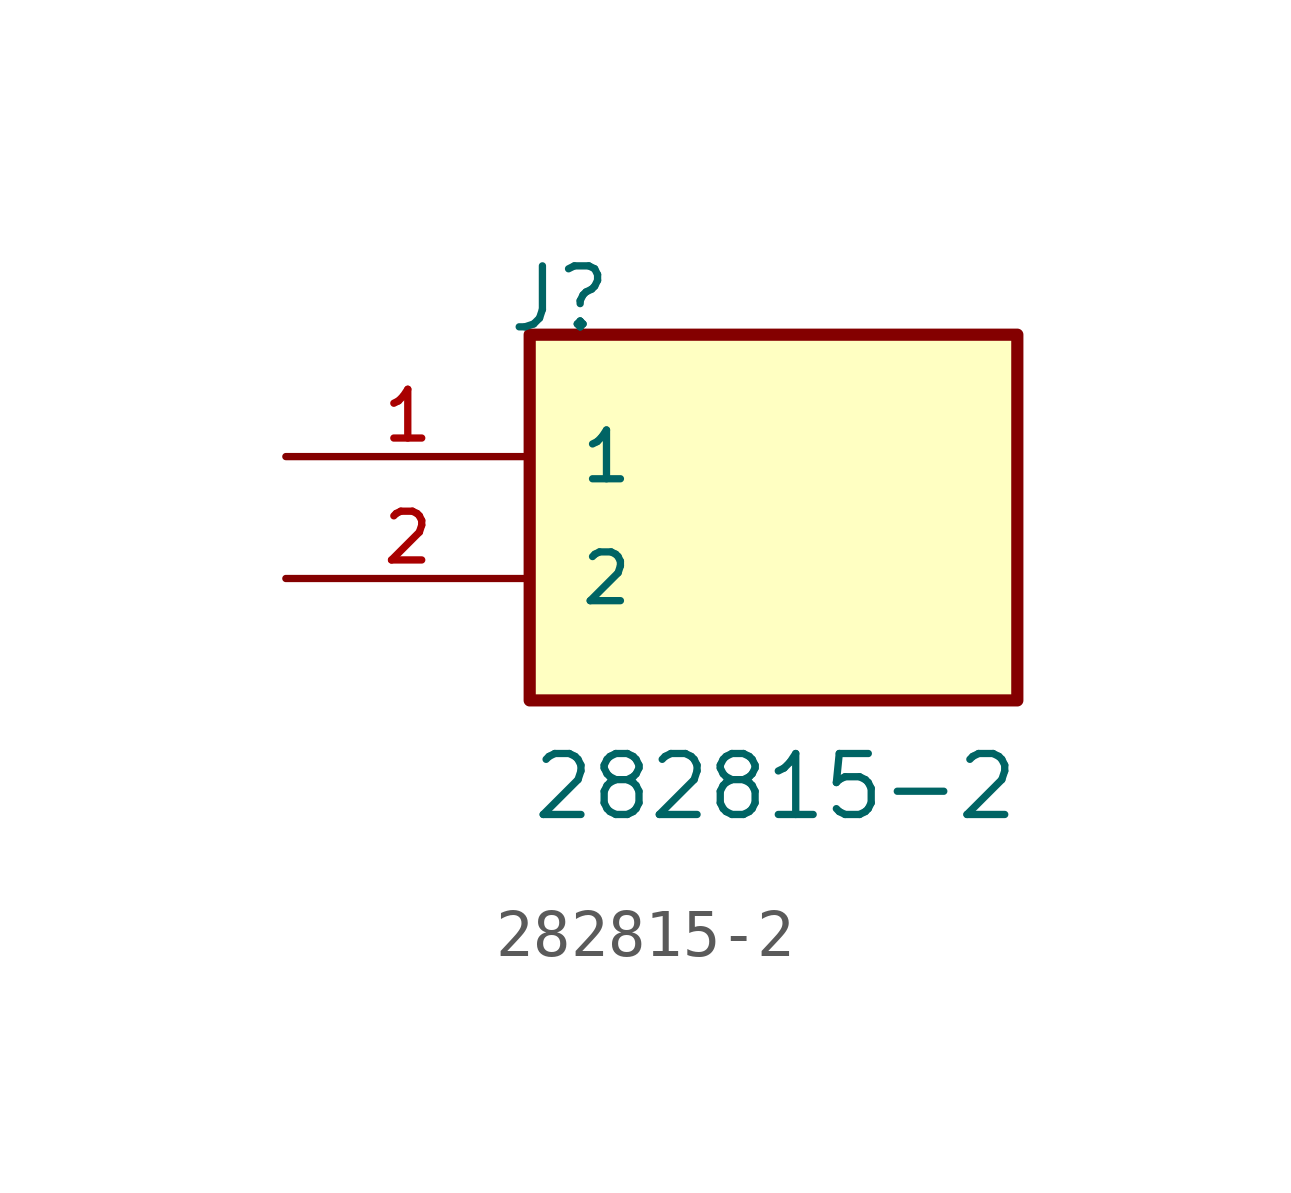
<source format=kicad_sym>
(kicad_symbol_lib
  (version 20211014)
  (generator kicad_symbol_editor)
  (symbol "282815-2"
    (pin_names
      (offset 1.016))
    (property "Reference" "J"
      (at -5.58 5.08 0)
      (effects (font (size 1.27 1.27)) (justify bottom left)))
    (property "Value" "282815-2"
      (at -5.08 -5.08 0)
      (effects (font (size 1.27 1.27)) (justify bottom left)))
    (symbol "282815-2_0_0"
      (rectangle (start -5.08 -2.54) (end 5.08 5.08) (stroke (width 0.254)) (fill (type background)))
      (pin passive line (at -10.16 2.54 0) (length 5.08) (name "1" (effects (font (size 1.016 1.016)))) (number "1" (effects (font (size 1.016 1.016)))))
      (pin passive line (at -10.16 0.0 0) (length 5.08) (name "2" (effects (font (size 1.016 1.016)))) (number "2" (effects (font (size 1.016 1.016))))))))
</source>
